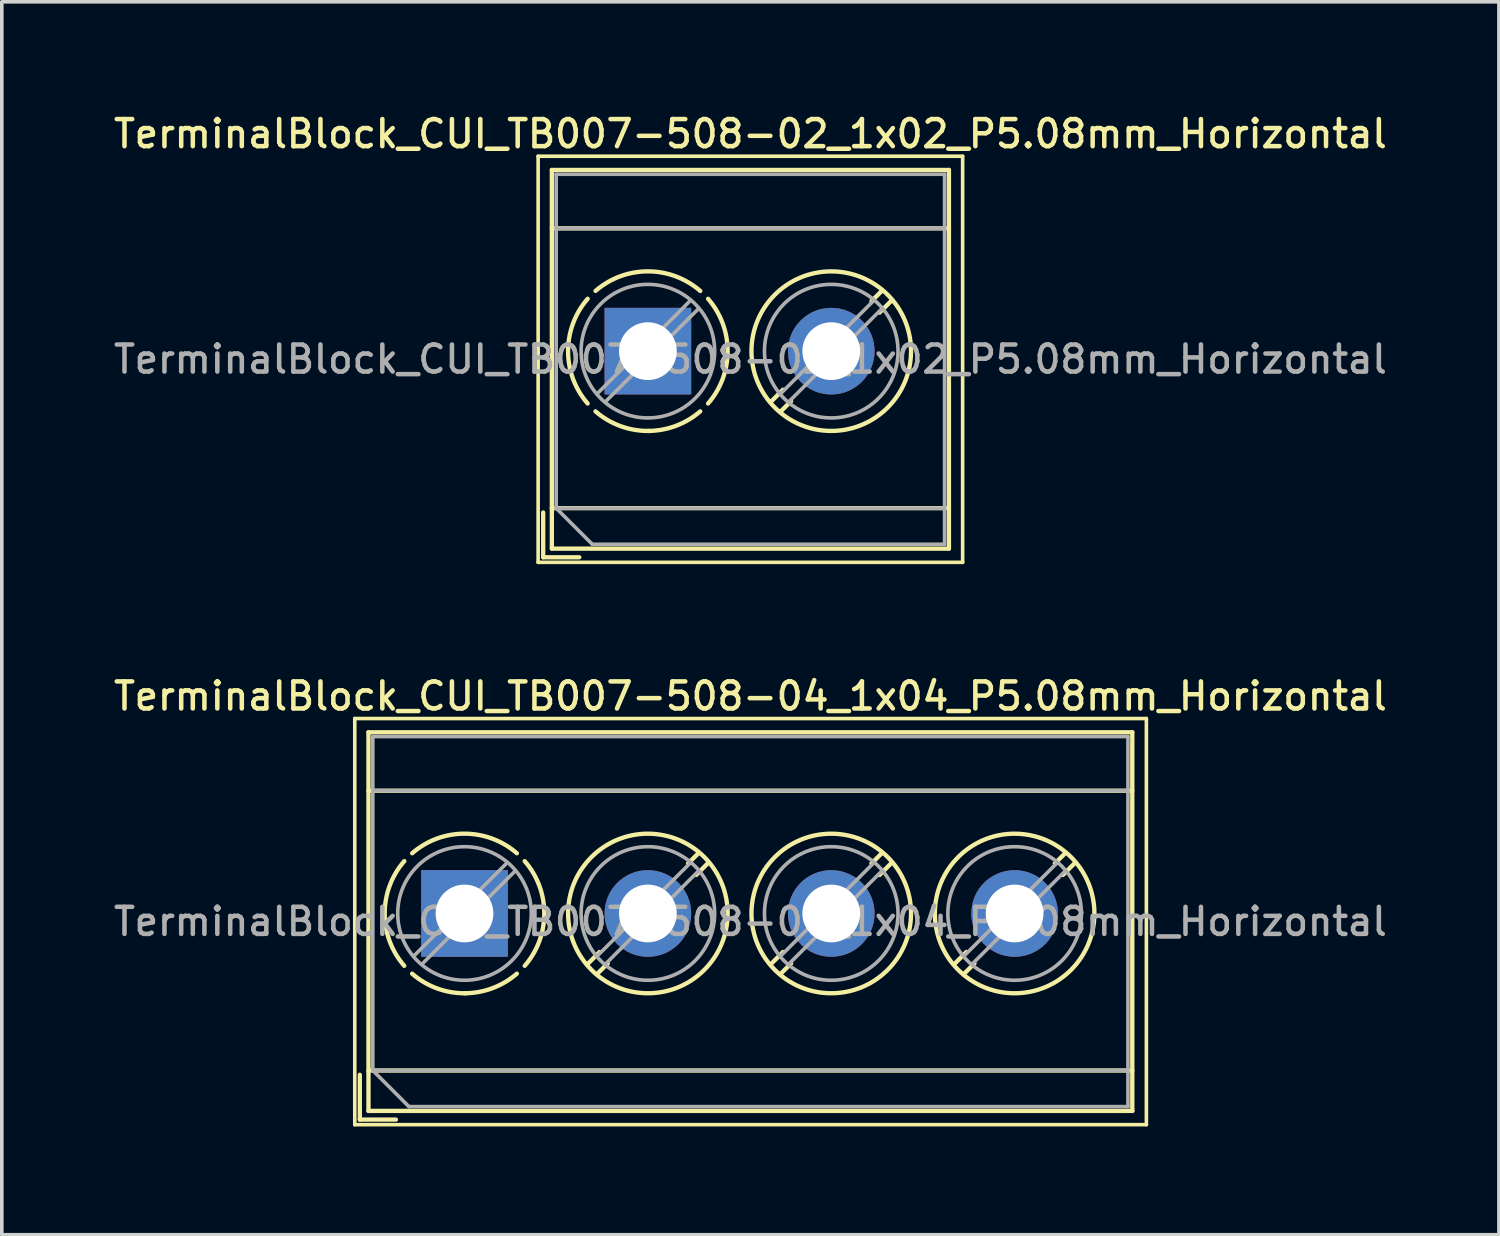
<source format=kicad_pcb>
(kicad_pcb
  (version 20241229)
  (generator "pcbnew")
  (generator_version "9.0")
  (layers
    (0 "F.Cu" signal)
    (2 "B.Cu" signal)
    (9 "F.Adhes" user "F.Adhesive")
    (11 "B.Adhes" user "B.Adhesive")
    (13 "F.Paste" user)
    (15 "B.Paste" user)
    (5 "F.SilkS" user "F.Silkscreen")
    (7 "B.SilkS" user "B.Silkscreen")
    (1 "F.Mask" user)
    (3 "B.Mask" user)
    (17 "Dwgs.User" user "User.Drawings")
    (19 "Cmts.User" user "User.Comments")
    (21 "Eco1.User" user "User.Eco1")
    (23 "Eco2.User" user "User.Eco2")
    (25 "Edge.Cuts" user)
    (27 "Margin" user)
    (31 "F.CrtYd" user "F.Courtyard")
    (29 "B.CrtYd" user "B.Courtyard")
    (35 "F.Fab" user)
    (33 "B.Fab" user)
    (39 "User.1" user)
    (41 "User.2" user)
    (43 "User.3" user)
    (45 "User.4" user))
  (footprint "TerminalBlock_CUI_TB007-508-02_1x02_P5.08mm_Horizontal"
    (layer "F.Cu")
    (at 14.898 6.678)
    (property "Reference" "TerminalBlock_CUI_TB007-508-02_1x02_P5.08mm_Horizontal" (at 2.84 -6.02 0) (layer "F.SilkS") (effects (font (size 0.75 0.75) (thickness 0.125))))
    (attr through_hole)
    (fp_line (start -3.04 -5.4) (end -3.04 5.85) (stroke (width 0.1) (type solid)) (layer "F.SilkS"))
    (fp_line (start -3.04 5.85) (end 8.72 5.85) (stroke (width 0.1) (type solid)) (layer "F.SilkS"))
    (fp_line (start -2.9 4.47) (end -2.9 5.71) (stroke (width 0.12) (type solid)) (layer "F.SilkS"))
    (fp_line (start -2.9 5.71) (end -1.9 5.71) (stroke (width 0.12) (type solid)) (layer "F.SilkS"))
    (fp_line (start -2.66 -5.02) (end -2.66 5.47) (stroke (width 0.12) (type solid)) (layer "F.SilkS"))
    (fp_line (start -2.66 -5.02) (end 8.34 -5.02) (stroke (width 0.12) (type solid)) (layer "F.SilkS"))
    (fp_line (start -2.66 -3.401) (end 8.34 -3.401) (stroke (width 0.12) (type solid)) (layer "F.SilkS"))
    (fp_line (start -2.66 4.35) (end 8.34 4.35) (stroke (width 0.12) (type solid)) (layer "F.SilkS"))
    (fp_line (start -2.66 5.47) (end 8.34 5.47) (stroke (width 0.12) (type solid)) (layer "F.SilkS"))
    (fp_line (start 3.743 1.068) (end 3.404 1.407) (stroke (width 0.12) (type solid)) (layer "F.SilkS"))
    (fp_line (start 3.967 1.384) (end 3.674 1.676) (stroke (width 0.12) (type solid)) (layer "F.SilkS"))
    (fp_line (start 6.487 -1.676) (end 6.194 -1.384) (stroke (width 0.12) (type solid)) (layer "F.SilkS"))
    (fp_line (start 6.757 -1.407) (end 6.418 -1.068) (stroke (width 0.12) (type solid)) (layer "F.SilkS"))
    (fp_line (start 8.34 -5.02) (end 8.34 5.47) (stroke (width 0.12) (type solid)) (layer "F.SilkS"))
    (fp_line (start 8.72 -5.4) (end -3.04 -5.4) (stroke (width 0.1) (type solid)) (layer "F.SilkS"))
    (fp_line (start 8.72 5.85) (end 8.72 -5.4) (stroke (width 0.1) (type solid)) (layer "F.SilkS"))
    (fp_arc (start -1.66902 1.449827) (mid -2.210797 -0.000777) (end -1.668 -1.451) (stroke (width 0.12) (type solid)) (layer "F.SilkS"))
    (fp_arc (start -1.449827 -1.66902) (mid 0.000777 -2.210797) (end 1.451 -1.668) (stroke (width 0.12) (type solid)) (layer "F.SilkS"))
    (fp_arc (start 0.037807 2.210474) (mid -0.756867 2.077204) (end -1.451 1.668) (stroke (width 0.12) (type solid)) (layer "F.SilkS"))
    (fp_arc (start 1.44989 1.667908) (mid 0.773958 2.070046) (end 0 2.21) (stroke (width 0.12) (type solid)) (layer "F.SilkS"))
    (fp_arc (start 1.668029 -1.449966) (mid 2.210141 0.000022) (end 1.668 1.45) (stroke (width 0.12) (type solid)) (layer "F.SilkS"))
    (fp_circle (center 5.08 0) (end 7.29 0) (stroke (width 0.12) (type solid)) (fill no) (layer "F.SilkS"))
    (fp_line (start -2.54 -4.9) (end 8.22 -4.9) (stroke (width 0.1) (type solid)) (layer "F.Fab"))
    (fp_line (start -2.54 -3.4) (end 8.22 -3.4) (stroke (width 0.1) (type solid)) (layer "F.Fab"))
    (fp_line (start -2.54 4.35) (end -2.54 -4.9) (stroke (width 0.1) (type solid)) (layer "F.Fab"))
    (fp_line (start -2.54 4.35) (end 8.22 4.35) (stroke (width 0.1) (type solid)) (layer "F.Fab"))
    (fp_line (start -1.54 5.35) (end -2.54 4.35) (stroke (width 0.1) (type solid)) (layer "F.Fab"))
    (fp_line (start 1.178 -1.403) (end -1.404 1.178) (stroke (width 0.1) (type solid)) (layer "F.Fab"))
    (fp_line (start 1.404 -1.178) (end -1.178 1.403) (stroke (width 0.1) (type solid)) (layer "F.Fab"))
    (fp_line (start 6.258 -1.403) (end 3.677 1.178) (stroke (width 0.1) (type solid)) (layer "F.Fab"))
    (fp_line (start 6.484 -1.178) (end 3.903 1.403) (stroke (width 0.1) (type solid)) (layer "F.Fab"))
    (fp_line (start 8.22 -4.9) (end 8.22 5.35) (stroke (width 0.1) (type solid)) (layer "F.Fab"))
    (fp_line (start 8.22 5.35) (end -1.54 5.35) (stroke (width 0.1) (type solid)) (layer "F.Fab"))
    (fp_circle (center 0 0) (end 1.85 0) (stroke (width 0.1) (type solid)) (fill no) (layer "F.Fab"))
    (fp_circle (center 5.08 0) (end 6.93 0) (stroke (width 0.1) (type solid)) (fill no) (layer "F.Fab"))
    (fp_text user "${REFERENCE}" (at 2.84 0.225 0) (layer "F.Fab") (effects (font (size 0.75 0.75) (thickness 0.125))))
    (pad "1" thru_hole rect (at 0 0) (size 2.4 2.4) (drill 1.6) (layers "*.Cu" "*.Mask"))
    (pad "2" thru_hole circle (at 5.08 0) (size 2.4 2.4) (drill 1.6) (layers "*.Cu" "*.Mask")))
  (footprint "TerminalBlock_CUI_TB007-508-04_1x04_P5.08mm_Horizontal"
    (layer "F.Cu")
    (at 9.818 22.256)
    (property "Reference" "TerminalBlock_CUI_TB007-508-04_1x04_P5.08mm_Horizontal" (at 7.92 -6.02 0) (layer "F.SilkS") (effects (font (size 0.75 0.75) (thickness 0.125))))
    (attr through_hole)
    (fp_line (start -3.04 -5.4) (end -3.04 5.85) (stroke (width 0.1) (type solid)) (layer "F.SilkS"))
    (fp_line (start -3.04 5.85) (end 18.89 5.85) (stroke (width 0.1) (type solid)) (layer "F.SilkS"))
    (fp_line (start -2.9 4.47) (end -2.9 5.71) (stroke (width 0.12) (type solid)) (layer "F.SilkS"))
    (fp_line (start -2.9 5.71) (end -1.9 5.71) (stroke (width 0.12) (type solid)) (layer "F.SilkS"))
    (fp_line (start -2.66 -5.02) (end -2.66 5.47) (stroke (width 0.12) (type solid)) (layer "F.SilkS"))
    (fp_line (start -2.66 -5.02) (end 18.5 -5.02) (stroke (width 0.12) (type solid)) (layer "F.SilkS"))
    (fp_line (start -2.66 -3.401) (end 18.5 -3.401) (stroke (width 0.12) (type solid)) (layer "F.SilkS"))
    (fp_line (start -2.66 4.35) (end 18.5 4.35) (stroke (width 0.12) (type solid)) (layer "F.SilkS"))
    (fp_line (start -2.66 5.47) (end 18.5 5.47) (stroke (width 0.12) (type solid)) (layer "F.SilkS"))
    (fp_line (start 3.743 1.068) (end 3.404 1.407) (stroke (width 0.12) (type solid)) (layer "F.SilkS"))
    (fp_line (start 3.967 1.384) (end 3.674 1.676) (stroke (width 0.12) (type solid)) (layer "F.SilkS"))
    (fp_line (start 6.487 -1.676) (end 6.194 -1.384) (stroke (width 0.12) (type solid)) (layer "F.SilkS"))
    (fp_line (start 6.757 -1.407) (end 6.418 -1.068) (stroke (width 0.12) (type solid)) (layer "F.SilkS"))
    (fp_line (start 8.823 1.068) (end 8.484 1.407) (stroke (width 0.12) (type solid)) (layer "F.SilkS"))
    (fp_line (start 9.047 1.384) (end 8.754 1.676) (stroke (width 0.12) (type solid)) (layer "F.SilkS"))
    (fp_line (start 11.567 -1.676) (end 11.274 -1.384) (stroke (width 0.12) (type solid)) (layer "F.SilkS"))
    (fp_line (start 11.837 -1.407) (end 11.498 -1.068) (stroke (width 0.12) (type solid)) (layer "F.SilkS"))
    (fp_line (start 13.903 1.068) (end 13.564 1.407) (stroke (width 0.12) (type solid)) (layer "F.SilkS"))
    (fp_line (start 14.127 1.384) (end 13.834 1.676) (stroke (width 0.12) (type solid)) (layer "F.SilkS"))
    (fp_line (start 16.647 -1.676) (end 16.354 -1.384) (stroke (width 0.12) (type solid)) (layer "F.SilkS"))
    (fp_line (start 16.917 -1.407) (end 16.578 -1.068) (stroke (width 0.12) (type solid)) (layer "F.SilkS"))
    (fp_line (start 18.5 -5.02) (end 18.5 5.47) (stroke (width 0.12) (type solid)) (layer "F.SilkS"))
    (fp_line (start 18.89 -5.4) (end -3.04 -5.4) (stroke (width 0.1) (type solid)) (layer "F.SilkS"))
    (fp_line (start 18.89 5.85) (end 18.89 -5.4) (stroke (width 0.1) (type solid)) (layer "F.SilkS"))
    (fp_arc (start -1.66902 1.449827) (mid -2.210797 -0.000777) (end -1.668 -1.451) (stroke (width 0.12) (type solid)) (layer "F.SilkS"))
    (fp_arc (start -1.449827 -1.66902) (mid 0.000777 -2.210797) (end 1.451 -1.668) (stroke (width 0.12) (type solid)) (layer "F.SilkS"))
    (fp_arc (start 0.037807 2.210474) (mid -0.756867 2.077204) (end -1.451 1.668) (stroke (width 0.12) (type solid)) (layer "F.SilkS"))
    (fp_arc (start 1.44989 1.667908) (mid 0.773958 2.070046) (end 0 2.21) (stroke (width 0.12) (type solid)) (layer "F.SilkS"))
    (fp_arc (start 1.668029 -1.449966) (mid 2.210141 0.000022) (end 1.668 1.45) (stroke (width 0.12) (type solid)) (layer "F.SilkS"))
    (fp_circle (center 5.08 0) (end 7.29 0) (stroke (width 0.12) (type solid)) (fill no) (layer "F.SilkS"))
    (fp_circle (center 10.16 0) (end 12.37 0) (stroke (width 0.12) (type solid)) (fill no) (layer "F.SilkS"))
    (fp_circle (center 15.24 0) (end 17.45 0) (stroke (width 0.12) (type solid)) (fill no) (layer "F.SilkS"))
    (fp_line (start -2.54 -4.9) (end 18.38 -4.9) (stroke (width 0.1) (type solid)) (layer "F.Fab"))
    (fp_line (start -2.54 -3.4) (end 18.38 -3.4) (stroke (width 0.1) (type solid)) (layer "F.Fab"))
    (fp_line (start -2.54 4.35) (end -2.54 -4.9) (stroke (width 0.1) (type solid)) (layer "F.Fab"))
    (fp_line (start -2.54 4.35) (end 18.38 4.35) (stroke (width 0.1) (type solid)) (layer "F.Fab"))
    (fp_line (start -1.54 5.35) (end -2.54 4.35) (stroke (width 0.1) (type solid)) (layer "F.Fab"))
    (fp_line (start 1.178 -1.403) (end -1.404 1.178) (stroke (width 0.1) (type solid)) (layer "F.Fab"))
    (fp_line (start 1.404 -1.178) (end -1.178 1.403) (stroke (width 0.1) (type solid)) (layer "F.Fab"))
    (fp_line (start 6.258 -1.403) (end 3.677 1.178) (stroke (width 0.1) (type solid)) (layer "F.Fab"))
    (fp_line (start 6.484 -1.178) (end 3.903 1.403) (stroke (width 0.1) (type solid)) (layer "F.Fab"))
    (fp_line (start 11.338 -1.403) (end 8.757 1.178) (stroke (width 0.1) (type solid)) (layer "F.Fab"))
    (fp_line (start 11.564 -1.178) (end 8.983 1.403) (stroke (width 0.1) (type solid)) (layer "F.Fab"))
    (fp_line (start 16.418 -1.403) (end 13.837 1.178) (stroke (width 0.1) (type solid)) (layer "F.Fab"))
    (fp_line (start 16.644 -1.178) (end 14.063 1.403) (stroke (width 0.1) (type solid)) (layer "F.Fab"))
    (fp_line (start 18.38 -4.9) (end 18.38 5.35) (stroke (width 0.1) (type solid)) (layer "F.Fab"))
    (fp_line (start 18.38 5.35) (end -1.54 5.35) (stroke (width 0.1) (type solid)) (layer "F.Fab"))
    (fp_circle (center 0 0) (end 1.85 0) (stroke (width 0.1) (type solid)) (fill no) (layer "F.Fab"))
    (fp_circle (center 5.08 0) (end 6.93 0) (stroke (width 0.1) (type solid)) (fill no) (layer "F.Fab"))
    (fp_circle (center 10.16 0) (end 12.01 0) (stroke (width 0.1) (type solid)) (fill no) (layer "F.Fab"))
    (fp_circle (center 15.24 0) (end 17.09 0) (stroke (width 0.1) (type solid)) (fill no) (layer "F.Fab"))
    (fp_text user "${REFERENCE}" (at 7.92 0.225 0) (layer "F.Fab") (effects (font (size 0.75 0.75) (thickness 0.125))))
    (pad "1" thru_hole rect (at 0 0) (size 2.4 2.4) (drill 1.6) (layers "*.Cu" "*.Mask"))
    (pad "2" thru_hole circle (at 5.08 0) (size 2.4 2.4) (drill 1.6) (layers "*.Cu" "*.Mask"))
    (pad "3" thru_hole circle (at 10.16 0) (size 2.4 2.4) (drill 1.6) (layers "*.Cu" "*.Mask"))
    (pad "4" thru_hole circle (at 15.24 0) (size 2.4 2.4) (drill 1.6) (layers "*.Cu" "*.Mask")))
  (gr_rect
    (start -3 -3)
    (end 38.475 31.156)
    (stroke (width 0.1) (type default))
    (fill no)
    (layer "Edge.Cuts")))
</source>
